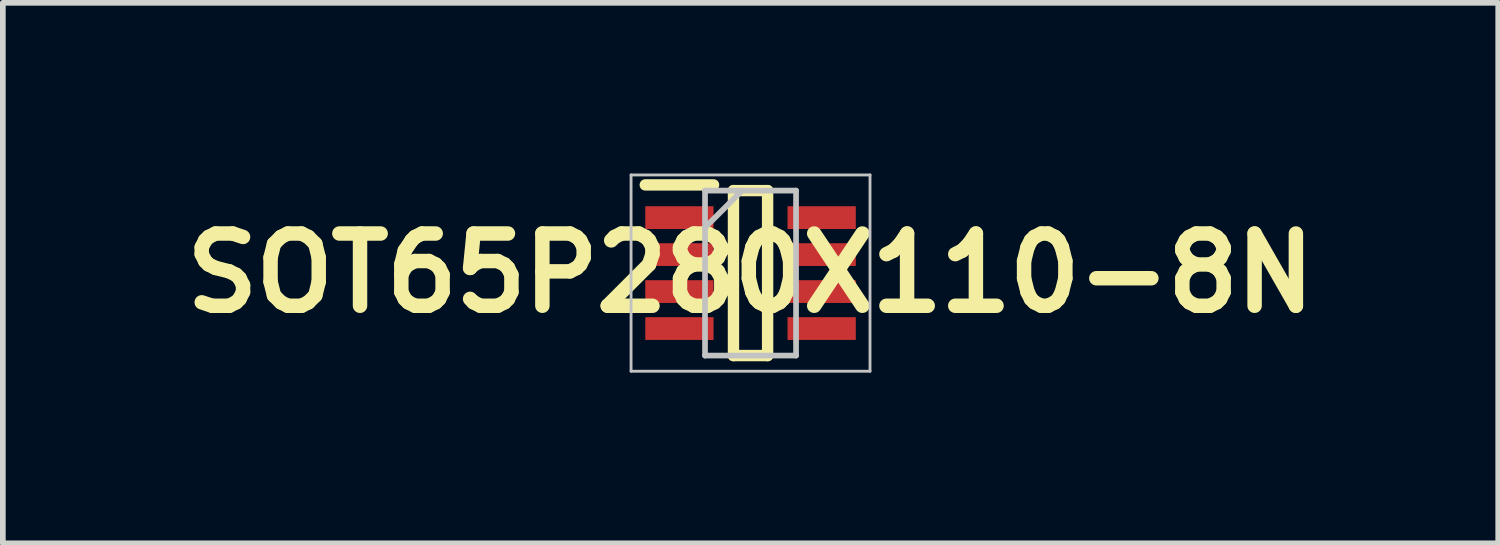
<source format=kicad_pcb>
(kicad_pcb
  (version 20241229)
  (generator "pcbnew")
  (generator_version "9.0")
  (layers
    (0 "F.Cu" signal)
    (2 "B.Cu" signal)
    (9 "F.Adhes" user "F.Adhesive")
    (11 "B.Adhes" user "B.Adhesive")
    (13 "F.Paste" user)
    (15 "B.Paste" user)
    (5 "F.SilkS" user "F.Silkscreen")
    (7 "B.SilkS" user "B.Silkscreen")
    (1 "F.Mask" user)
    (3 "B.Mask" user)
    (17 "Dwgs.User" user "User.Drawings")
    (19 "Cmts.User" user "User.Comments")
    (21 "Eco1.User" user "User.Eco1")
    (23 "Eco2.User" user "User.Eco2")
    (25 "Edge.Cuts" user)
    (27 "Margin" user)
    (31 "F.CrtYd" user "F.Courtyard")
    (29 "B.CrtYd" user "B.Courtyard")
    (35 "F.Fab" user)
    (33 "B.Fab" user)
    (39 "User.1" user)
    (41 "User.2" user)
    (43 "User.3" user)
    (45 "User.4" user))
  (footprint "SOT65P280X110-8N"
    (layer "F.Cu")
    (at 10.142 1.75)
    (property "Reference" "SOT65P280X110-8N" (at 0 0 0) (layer "F.SilkS") (effects (font (size 1.27 1.27) (thickness 0.254))))
    (attr smd)
    (fp_line (start -1.85 -1.55) (end -0.65 -1.55) (stroke (width 0.2) (type solid)) (layer "F.SilkS"))
    (fp_line (start -0.3 -1.45) (end 0.3 -1.45) (stroke (width 0.2) (type solid)) (layer "F.SilkS"))
    (fp_line (start -0.3 1.45) (end -0.3 -1.45) (stroke (width 0.2) (type solid)) (layer "F.SilkS"))
    (fp_line (start 0.3 -1.45) (end 0.3 1.45) (stroke (width 0.2) (type solid)) (layer "F.SilkS"))
    (fp_line (start 0.3 1.45) (end -0.3 1.45) (stroke (width 0.2) (type solid)) (layer "F.SilkS"))
    (fp_line (start -2.1 -1.725) (end 2.1 -1.725) (stroke (width 0.05) (type solid)) (layer "Dwgs.User"))
    (fp_line (start -2.1 1.725) (end -2.1 -1.725) (stroke (width 0.05) (type solid)) (layer "Dwgs.User"))
    (fp_line (start -0.8 -1.45) (end 0.8 -1.45) (stroke (width 0.1) (type solid)) (layer "Dwgs.User"))
    (fp_line (start -0.8 -0.8) (end -0.15 -1.45) (stroke (width 0.1) (type solid)) (layer "Dwgs.User"))
    (fp_line (start -0.8 1.45) (end -0.8 -1.45) (stroke (width 0.1) (type solid)) (layer "Dwgs.User"))
    (fp_line (start 0.8 -1.45) (end 0.8 1.45) (stroke (width 0.1) (type solid)) (layer "Dwgs.User"))
    (fp_line (start 0.8 1.45) (end -0.8 1.45) (stroke (width 0.1) (type solid)) (layer "Dwgs.User"))
    (fp_line (start 2.1 -1.725) (end 2.1 1.725) (stroke (width 0.05) (type solid)) (layer "Dwgs.User"))
    (fp_line (start 2.1 1.725) (end -2.1 1.725) (stroke (width 0.05) (type solid)) (layer "Dwgs.User"))
    (pad "1" smd rect (at -1.25 -0.975 90) (size 0.4 1.2) (layers "F.Cu" "F.Mask" "F.Paste"))
    (pad "2" smd rect (at -1.25 -0.325 90) (size 0.4 1.2) (layers "F.Cu" "F.Mask" "F.Paste"))
    (pad "3" smd rect (at -1.25 0.325 90) (size 0.4 1.2) (layers "F.Cu" "F.Mask" "F.Paste"))
    (pad "4" smd rect (at -1.25 0.975 90) (size 0.4 1.2) (layers "F.Cu" "F.Mask" "F.Paste"))
    (pad "5" smd rect (at 1.25 0.975 90) (size 0.4 1.2) (layers "F.Cu" "F.Mask" "F.Paste"))
    (pad "6" smd rect (at 1.25 0.325 90) (size 0.4 1.2) (layers "F.Cu" "F.Mask" "F.Paste"))
    (pad "7" smd rect (at 1.25 -0.325 90) (size 0.4 1.2) (layers "F.Cu" "F.Mask" "F.Paste"))
    (pad "8" smd rect (at 1.25 -0.975 90) (size 0.4 1.2) (layers "F.Cu" "F.Mask" "F.Paste")))
  (gr_rect
    (start -3 -3)
    (end 23.284 6.5)
    (stroke (width 0.1) (type default))
    (fill no)
    (layer "Edge.Cuts")))
</source>
